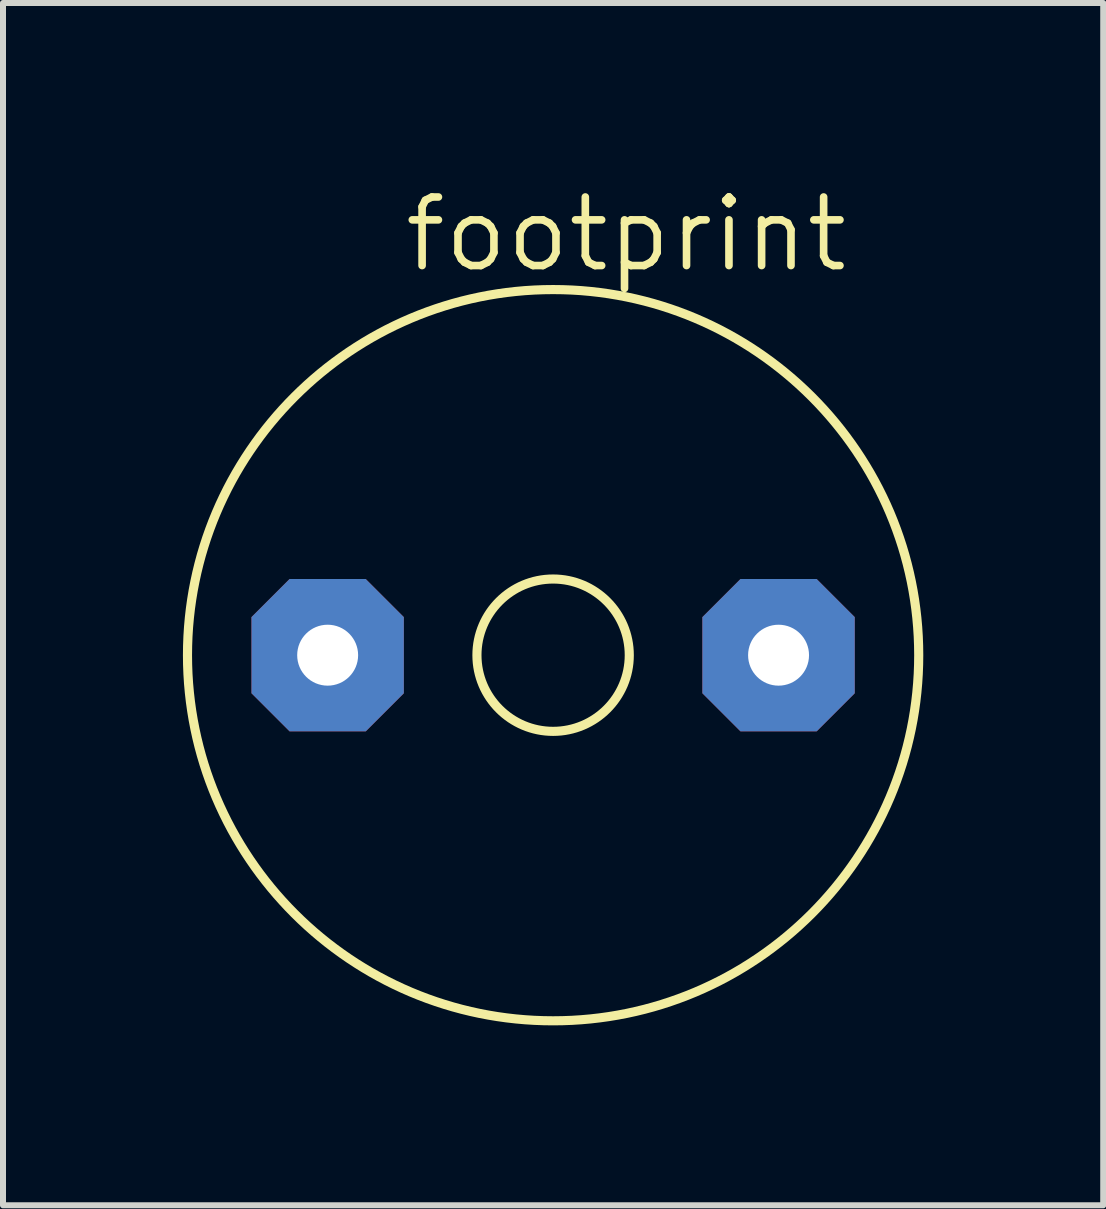
<source format=kicad_pcb>
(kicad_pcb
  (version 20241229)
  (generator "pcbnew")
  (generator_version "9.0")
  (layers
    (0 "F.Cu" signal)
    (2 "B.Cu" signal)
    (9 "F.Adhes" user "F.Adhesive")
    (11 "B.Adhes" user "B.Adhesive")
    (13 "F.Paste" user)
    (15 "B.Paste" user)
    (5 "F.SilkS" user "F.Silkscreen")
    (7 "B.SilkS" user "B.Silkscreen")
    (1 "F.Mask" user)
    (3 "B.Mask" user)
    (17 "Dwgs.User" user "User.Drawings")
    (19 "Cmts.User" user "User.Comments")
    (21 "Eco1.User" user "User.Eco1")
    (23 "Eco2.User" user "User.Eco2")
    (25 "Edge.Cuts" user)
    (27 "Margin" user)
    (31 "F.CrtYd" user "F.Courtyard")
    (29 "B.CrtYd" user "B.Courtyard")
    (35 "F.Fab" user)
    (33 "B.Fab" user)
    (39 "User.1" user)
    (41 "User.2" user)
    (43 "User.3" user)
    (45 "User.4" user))
  (footprint "footprint"
    (layer "F.Cu")
    (at 6.172 7.874)
    (property "Reference" "footprint" (at -2.54 -6.35 0) (layer "F.SilkS") (effects (font (size 1.143 1.143) (thickness 0.127)) (justify left bottom)))
    (fp_circle (center 0 0) (end 1.27 0) (stroke (width 0.152) (type solid)) (fill no) (layer "F.SilkS"))
    (fp_circle (center 0 0) (end 6.096 0) (stroke (width 0.152) (type solid)) (fill no) (layer "F.SilkS"))
    (pad "1" thru_hole roundrect (at -3.759 0) (size 2.54 2.54) (drill 1.016) (layers "*.Cu" "*.Mask") (roundrect_rratio 0.25) (chamfer_ratio 0.25) (chamfer top_left top_right bottom_left bottom_right))
    (pad "2" thru_hole roundrect (at 3.759 0) (size 2.54 2.54) (drill 1.016) (layers "*.Cu" "*.Mask") (roundrect_rratio 0.25) (chamfer_ratio 0.25) (chamfer top_left top_right bottom_left bottom_right)))
  (gr_rect
    (start -3 -3)
    (end 15.344 17.046)
    (stroke (width 0.1) (type default))
    (fill no)
    (layer "Edge.Cuts")))
</source>
